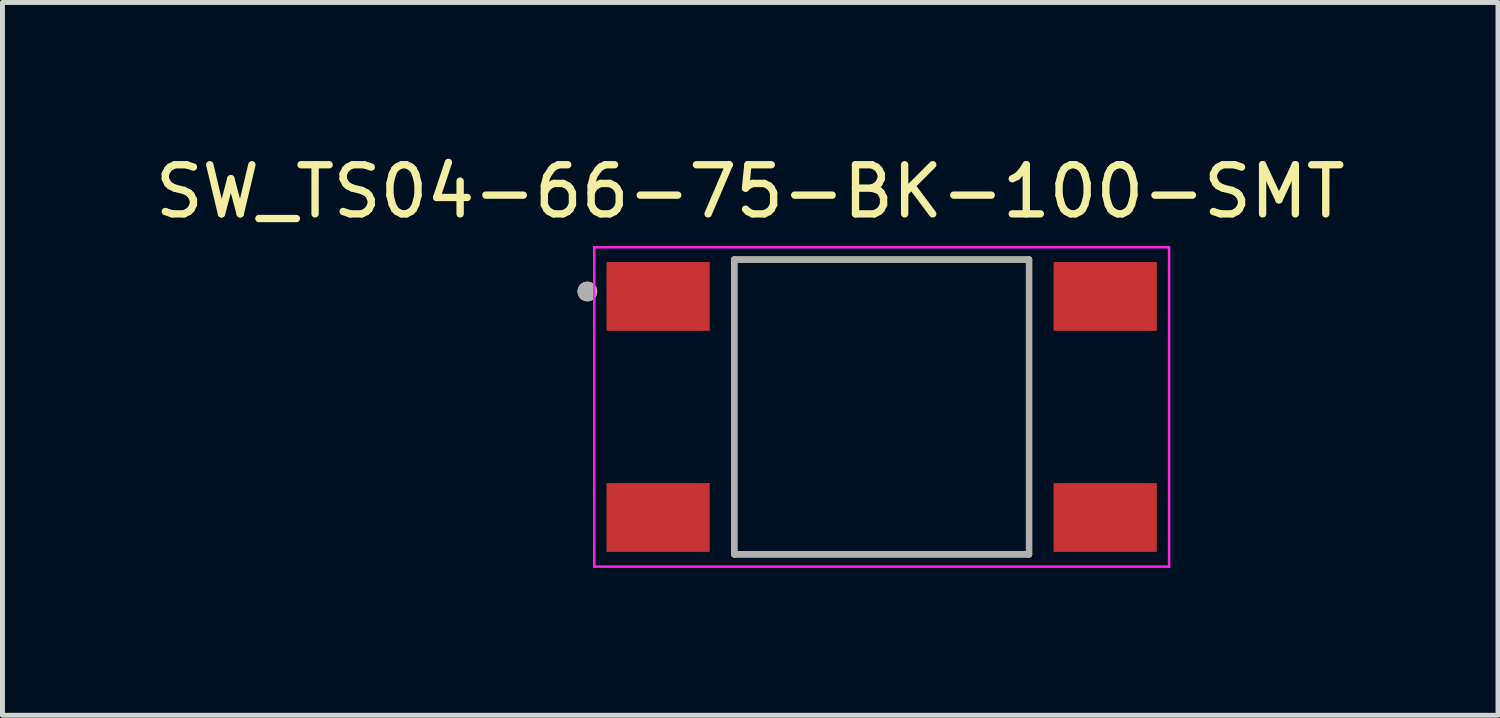
<source format=kicad_pcb>
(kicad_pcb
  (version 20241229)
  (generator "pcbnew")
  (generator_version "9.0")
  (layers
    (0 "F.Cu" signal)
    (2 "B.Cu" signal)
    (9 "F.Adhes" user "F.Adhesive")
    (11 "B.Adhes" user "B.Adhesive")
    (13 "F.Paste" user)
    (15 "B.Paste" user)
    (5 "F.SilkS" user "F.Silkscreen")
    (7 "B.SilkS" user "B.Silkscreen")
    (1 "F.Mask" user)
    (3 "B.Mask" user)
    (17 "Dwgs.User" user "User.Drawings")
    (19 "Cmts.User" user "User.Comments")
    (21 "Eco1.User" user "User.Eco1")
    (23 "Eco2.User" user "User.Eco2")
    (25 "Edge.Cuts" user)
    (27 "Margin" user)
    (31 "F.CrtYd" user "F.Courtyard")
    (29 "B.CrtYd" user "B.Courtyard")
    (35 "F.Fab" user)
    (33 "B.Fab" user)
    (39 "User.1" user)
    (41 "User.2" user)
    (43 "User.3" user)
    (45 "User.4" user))
  (footprint "SW_TS04-66-75-BK-100-SMT"
    (layer "F.Cu")
    (at 14.895 5.233)
    (property "Reference" "SW_TS04-66-75-BK-100-SMT" (at -2.675 -4.385 0) (layer "F.SilkS") (effects (font (size 1 1) (thickness 0.15))))
    (attr smd)
    (fp_line (start -3 -3) (end -3 3) (stroke (width 0.127) (type solid)) (layer "F.SilkS"))
    (fp_line (start -3 3) (end 3 3) (stroke (width 0.127) (type solid)) (layer "F.SilkS"))
    (fp_line (start 3 -3) (end -3 -3) (stroke (width 0.127) (type solid)) (layer "F.SilkS"))
    (fp_line (start 3 3) (end 3 -3) (stroke (width 0.127) (type solid)) (layer "F.SilkS"))
    (fp_circle (center -5.99 -2.35) (end -5.89 -2.35) (stroke (width 0.2) (type solid)) (fill no) (layer "F.SilkS"))
    (fp_line (start -5.85 -3.25) (end -5.85 3.25) (stroke (width 0.05) (type solid)) (layer "F.CrtYd"))
    (fp_line (start -5.85 3.25) (end 5.85 3.25) (stroke (width 0.05) (type solid)) (layer "F.CrtYd"))
    (fp_line (start 5.85 -3.25) (end -5.85 -3.25) (stroke (width 0.05) (type solid)) (layer "F.CrtYd"))
    (fp_line (start 5.85 3.25) (end 5.85 -3.25) (stroke (width 0.05) (type solid)) (layer "F.CrtYd"))
    (fp_line (start -3 -3) (end -3 3) (stroke (width 0.127) (type solid)) (layer "F.Fab"))
    (fp_line (start -3 3) (end 3 3) (stroke (width 0.127) (type solid)) (layer "F.Fab"))
    (fp_line (start 3 -3) (end -3 -3) (stroke (width 0.127) (type solid)) (layer "F.Fab"))
    (fp_line (start 3 3) (end 3 -3) (stroke (width 0.127) (type solid)) (layer "F.Fab"))
    (fp_circle (center -5.99 -2.35) (end -5.89 -2.35) (stroke (width 0.2) (type solid)) (fill no) (layer "F.Fab"))
    (pad "1" smd rect (at -4.55 -2.25) (size 2.1 1.4) (layers "F.Cu" "F.Mask" "F.Paste"))
    (pad "2" smd rect (at -4.55 2.25) (size 2.1 1.4) (layers "F.Cu" "F.Mask" "F.Paste"))
    (pad "3" smd rect (at 4.55 -2.25) (size 2.1 1.4) (layers "F.Cu" "F.Mask" "F.Paste"))
    (pad "4" smd rect (at 4.55 2.25) (size 2.1 1.4) (layers "F.Cu" "F.Mask" "F.Paste")))
  (gr_rect
    (start -3 -3)
    (end 27.44 11.508)
    (stroke (width 0.1) (type default))
    (fill no)
    (layer "Edge.Cuts")))
</source>
